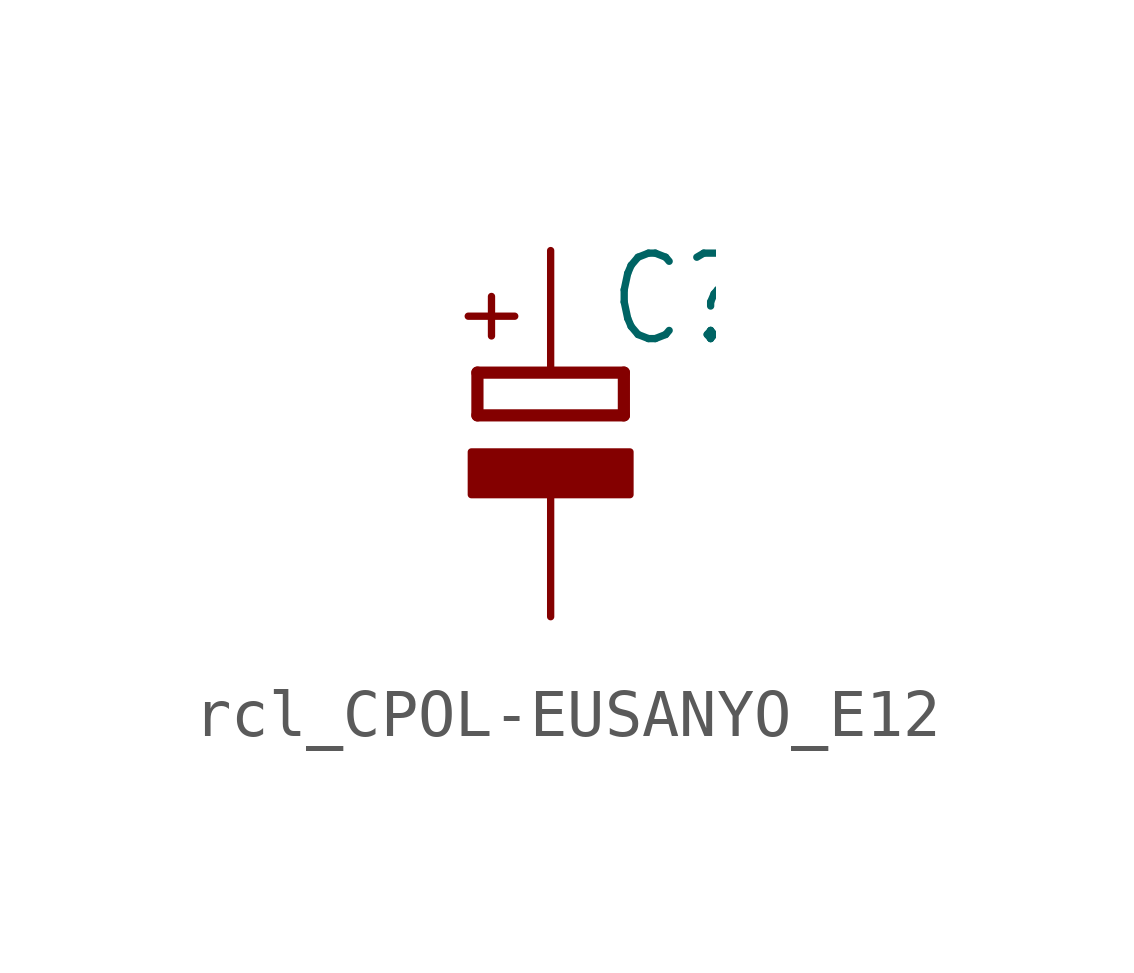
<source format=kicad_sym>
(kicad_symbol_lib
  (version 20241209)
  (generator "kicad_symbol_editor")
  (generator_version "9.0")
  (symbol "rcl_CPOL-EUSANYO_E12"
    (property "Reference" "C"
      (at 1.143 0.483 0)
      (effects (font (size 1.778 1.511)) (justify left bottom)))
    (property "Value" ""
      (at 1.143 -4.597 0)
      (effects (font (size 1.778 1.511)) (justify left bottom)))
    (property "ki_locked" ""
      (at 0 0 0)
      (effects (font (size 1.27 1.27))))
    (symbol "rcl_CPOL-EUSANYO_E12_1_0"
      (rectangle (start -1.651 -2.54) (end 1.651 -1.651) (stroke (width 0) (type default)) (fill (type outline)))
      (polyline (pts (xy -1.524 0) (xy -1.524 -0.889)) (stroke (width 0.254) (type solid)) (fill (type none)))
      (polyline (pts (xy -1.524 0) (xy 1.524 0)) (stroke (width 0.254) (type solid)) (fill (type none)))
      (polyline (pts (xy -1.524 -0.889) (xy 1.524 -0.889)) (stroke (width 0.254) (type solid)) (fill (type none)))
      (polyline (pts (xy 1.524 -0.889) (xy 1.524 0)) (stroke (width 0.254) (type solid)) (fill (type none)))
      (text "+" (at -0.584 0.406 900) (effects (font (size 1.27 1.079)) (justify left bottom)))
      (pin passive line (at 0 2.54 270) (length 2.54) (name "+" (effects (font (size 0 0)))) (number "+" (effects (font (size 0 0)))))
      (pin passive line (at 0 -5.08 90) (length 2.54) (name "-" (effects (font (size 0 0)))) (number "-" (effects (font (size 0 0))))))))
</source>
